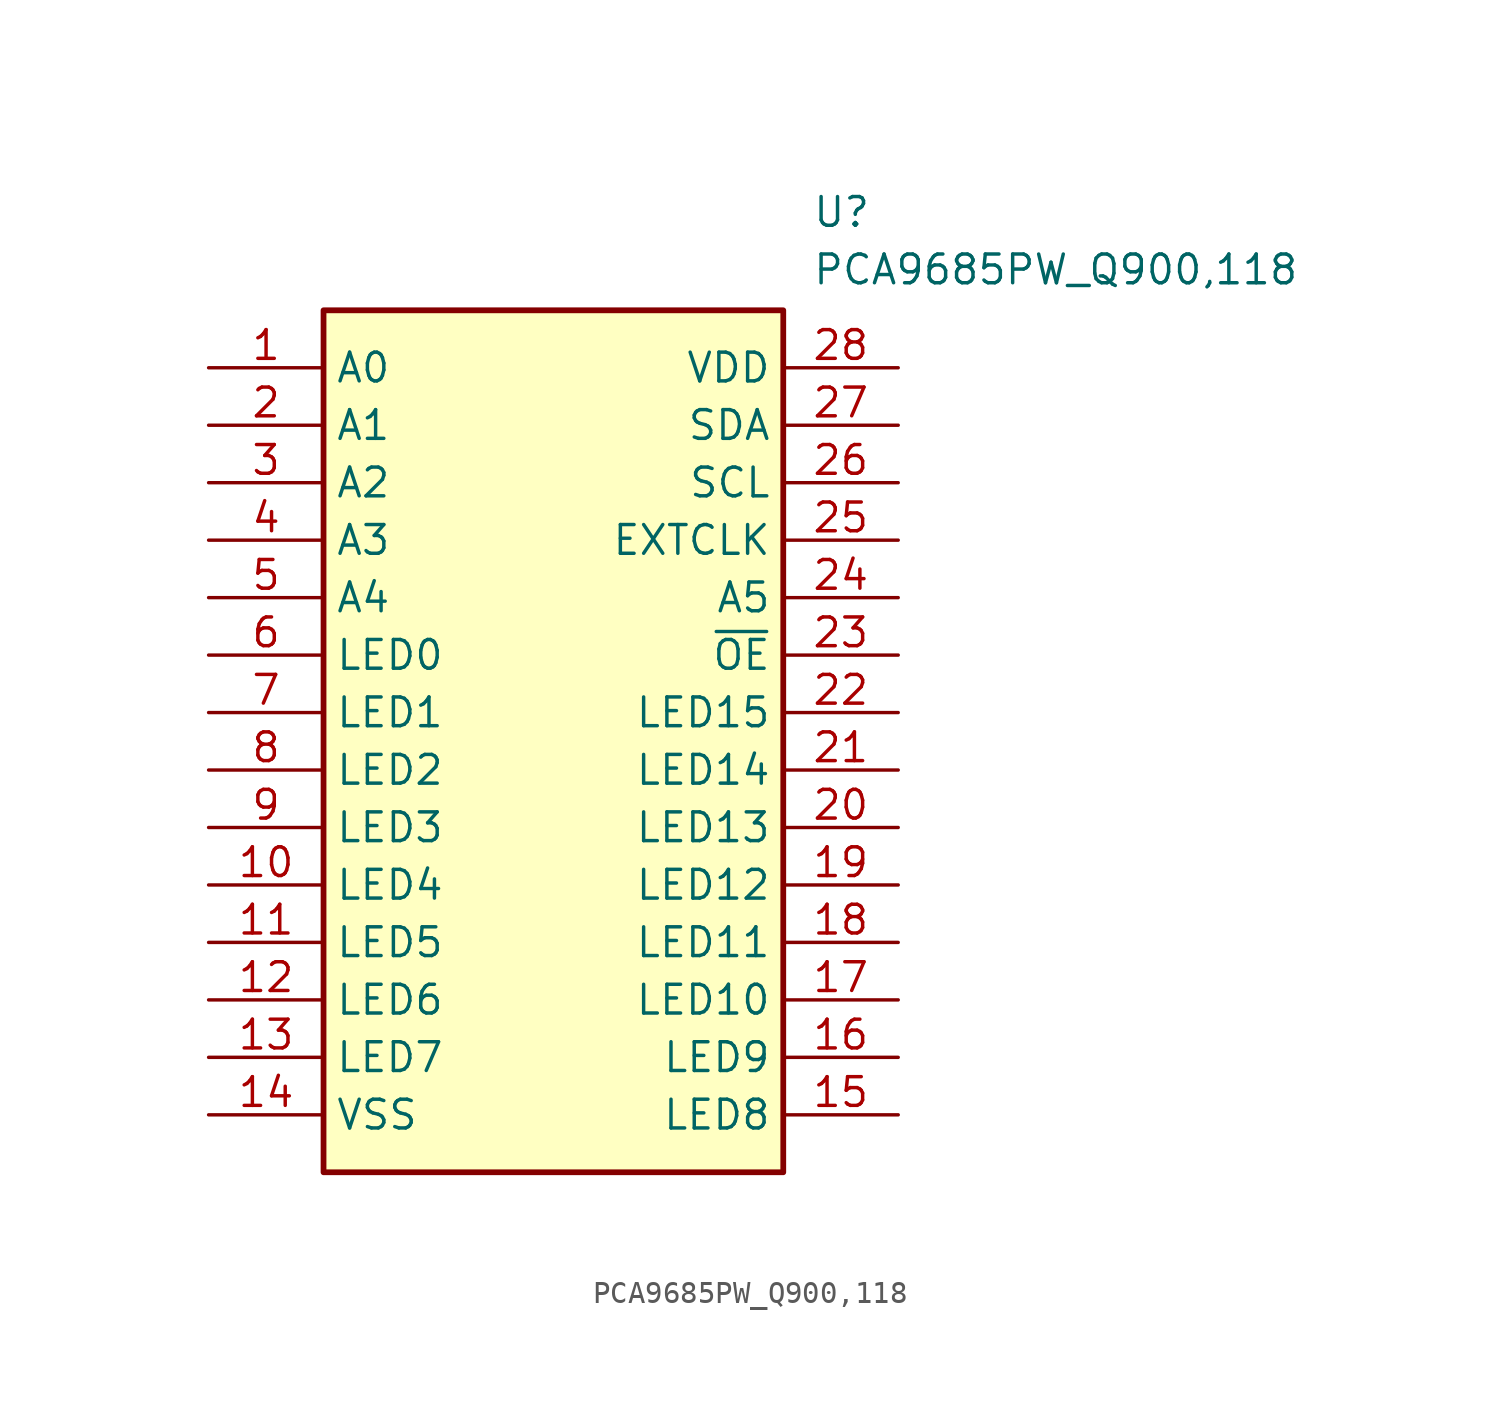
<source format=kicad_sym>
(kicad_symbol_lib
  (version 20241209)
  (generator "kicad_symbol_editor")
  (generator_version "9.0")
  (symbol "PCA9685PW_Q900,118"
    (property "Reference" "U"
      (at 26.67 7.62 0)
      (effects (font (size 1.27 1.27)) (justify left top)))
    (property "Value" "PCA9685PW_Q900,118"
      (at 26.67 5.08 0)
      (effects (font (size 1.27 1.27)) (justify left top)))
    (symbol "PCA9685PW_Q900,118_1_1"
      (rectangle (start 5.08 2.54) (end 25.4 -35.56) (stroke (width 0.254) (type default)) (fill (type background)))
      (pin passive line (at 0 0 0) (length 5.08) (name "A0" (effects (font (size 1.27 1.27)))) (number "1" (effects (font (size 1.27 1.27)))))
      (pin passive line (at 0 -2.54 0) (length 5.08) (name "A1" (effects (font (size 1.27 1.27)))) (number "2" (effects (font (size 1.27 1.27)))))
      (pin passive line (at 0 -5.08 0) (length 5.08) (name "A2" (effects (font (size 1.27 1.27)))) (number "3" (effects (font (size 1.27 1.27)))))
      (pin passive line (at 0 -7.62 0) (length 5.08) (name "A3" (effects (font (size 1.27 1.27)))) (number "4" (effects (font (size 1.27 1.27)))))
      (pin passive line (at 0 -10.16 0) (length 5.08) (name "A4" (effects (font (size 1.27 1.27)))) (number "5" (effects (font (size 1.27 1.27)))))
      (pin passive line (at 0 -12.7 0) (length 5.08) (name "LED0" (effects (font (size 1.27 1.27)))) (number "6" (effects (font (size 1.27 1.27)))))
      (pin passive line (at 0 -15.24 0) (length 5.08) (name "LED1" (effects (font (size 1.27 1.27)))) (number "7" (effects (font (size 1.27 1.27)))))
      (pin passive line (at 0 -17.78 0) (length 5.08) (name "LED2" (effects (font (size 1.27 1.27)))) (number "8" (effects (font (size 1.27 1.27)))))
      (pin passive line (at 0 -20.32 0) (length 5.08) (name "LED3" (effects (font (size 1.27 1.27)))) (number "9" (effects (font (size 1.27 1.27)))))
      (pin passive line (at 0 -22.86 0) (length 5.08) (name "LED4" (effects (font (size 1.27 1.27)))) (number "10" (effects (font (size 1.27 1.27)))))
      (pin passive line (at 0 -25.4 0) (length 5.08) (name "LED5" (effects (font (size 1.27 1.27)))) (number "11" (effects (font (size 1.27 1.27)))))
      (pin passive line (at 0 -27.94 0) (length 5.08) (name "LED6" (effects (font (size 1.27 1.27)))) (number "12" (effects (font (size 1.27 1.27)))))
      (pin passive line (at 0 -30.48 0) (length 5.08) (name "LED7" (effects (font (size 1.27 1.27)))) (number "13" (effects (font (size 1.27 1.27)))))
      (pin passive line (at 0 -33.02 0) (length 5.08) (name "VSS" (effects (font (size 1.27 1.27)))) (number "14" (effects (font (size 1.27 1.27)))))
      (pin passive line (at 30.48 0 180) (length 5.08) (name "VDD" (effects (font (size 1.27 1.27)))) (number "28" (effects (font (size 1.27 1.27)))))
      (pin passive line (at 30.48 -2.54 180) (length 5.08) (name "SDA" (effects (font (size 1.27 1.27)))) (number "27" (effects (font (size 1.27 1.27)))))
      (pin passive line (at 30.48 -5.08 180) (length 5.08) (name "SCL" (effects (font (size 1.27 1.27)))) (number "26" (effects (font (size 1.27 1.27)))))
      (pin passive line (at 30.48 -7.62 180) (length 5.08) (name "EXTCLK" (effects (font (size 1.27 1.27)))) (number "25" (effects (font (size 1.27 1.27)))))
      (pin passive line (at 30.48 -10.16 180) (length 5.08) (name "A5" (effects (font (size 1.27 1.27)))) (number "24" (effects (font (size 1.27 1.27)))))
      (pin passive line (at 30.48 -12.7 180) (length 5.08) (name "~{OE}" (effects (font (size 1.27 1.27)))) (number "23" (effects (font (size 1.27 1.27)))))
      (pin passive line (at 30.48 -15.24 180) (length 5.08) (name "LED15" (effects (font (size 1.27 1.27)))) (number "22" (effects (font (size 1.27 1.27)))))
      (pin passive line (at 30.48 -17.78 180) (length 5.08) (name "LED14" (effects (font (size 1.27 1.27)))) (number "21" (effects (font (size 1.27 1.27)))))
      (pin passive line (at 30.48 -20.32 180) (length 5.08) (name "LED13" (effects (font (size 1.27 1.27)))) (number "20" (effects (font (size 1.27 1.27)))))
      (pin passive line (at 30.48 -22.86 180) (length 5.08) (name "LED12" (effects (font (size 1.27 1.27)))) (number "19" (effects (font (size 1.27 1.27)))))
      (pin passive line (at 30.48 -25.4 180) (length 5.08) (name "LED11" (effects (font (size 1.27 1.27)))) (number "18" (effects (font (size 1.27 1.27)))))
      (pin passive line (at 30.48 -27.94 180) (length 5.08) (name "LED10" (effects (font (size 1.27 1.27)))) (number "17" (effects (font (size 1.27 1.27)))))
      (pin passive line (at 30.48 -30.48 180) (length 5.08) (name "LED9" (effects (font (size 1.27 1.27)))) (number "16" (effects (font (size 1.27 1.27)))))
      (pin passive line (at 30.48 -33.02 180) (length 5.08) (name "LED8" (effects (font (size 1.27 1.27)))) (number "15" (effects (font (size 1.27 1.27))))))))
</source>
